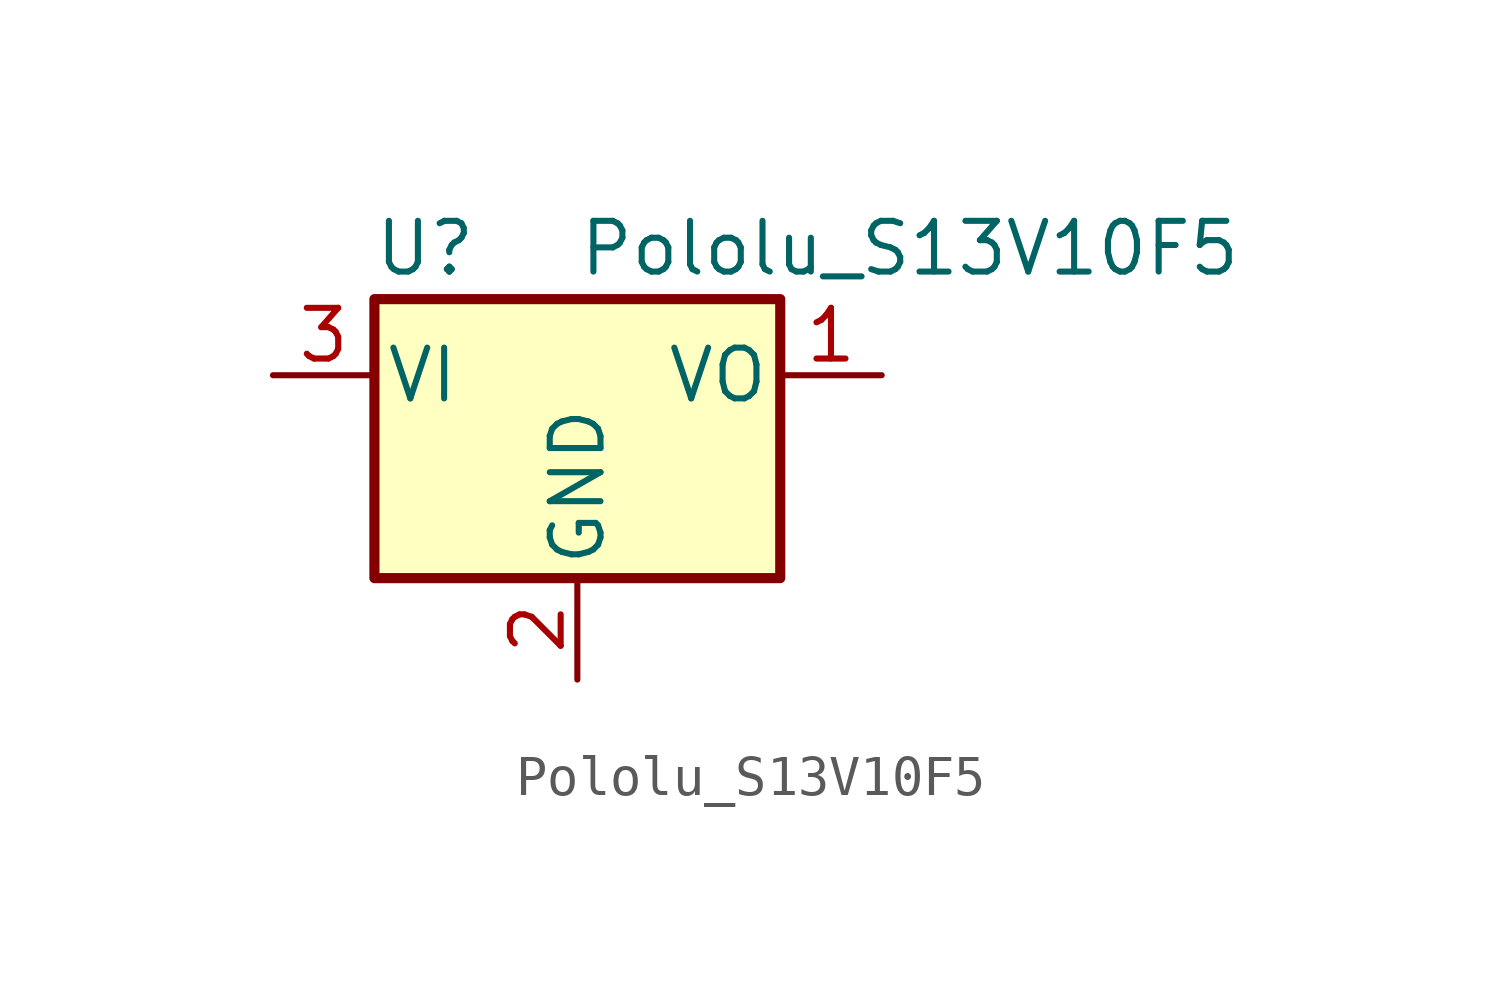
<source format=kicad_sym>
(kicad_symbol_lib
  (version 20211014)
  (generator kicad_symbol_editor)
  (symbol "Pololu_S13V10F5"
    (pin_names
      (offset 0.254))
    (property "Reference" "U"
      (at -3.81 3.175 0)
      (effects (font (size 1.27 1.27))))
    (property "Value" "Pololu_S13V10F5"
      (at 0 3.175 0)
      (effects (font (size 1.27 1.27)) (justify left)))
    (symbol "Pololu_S13V10F5_0_1"
      (rectangle (start -5.08 -5.08) (end 5.08 1.905) (stroke (width 0.254) (type default) (color 0 0 0 0)) (fill (type background))))
    (symbol "Pololu_S13V10F5_1_1"
      (pin power_out line (at 7.62 0 180) (length 2.54) (name "VO" (effects (font (size 1.27 1.27)))) (number "1" (effects (font (size 1.27 1.27)))))
      (pin power_in line (at 0 -7.62 90) (length 2.54) (name "GND" (effects (font (size 1.27 1.27)))) (number "2" (effects (font (size 1.27 1.27)))))
      (pin power_in line (at -7.62 0 0) (length 2.54) (name "VI" (effects (font (size 1.27 1.27)))) (number "3" (effects (font (size 1.27 1.27))))))))
</source>
